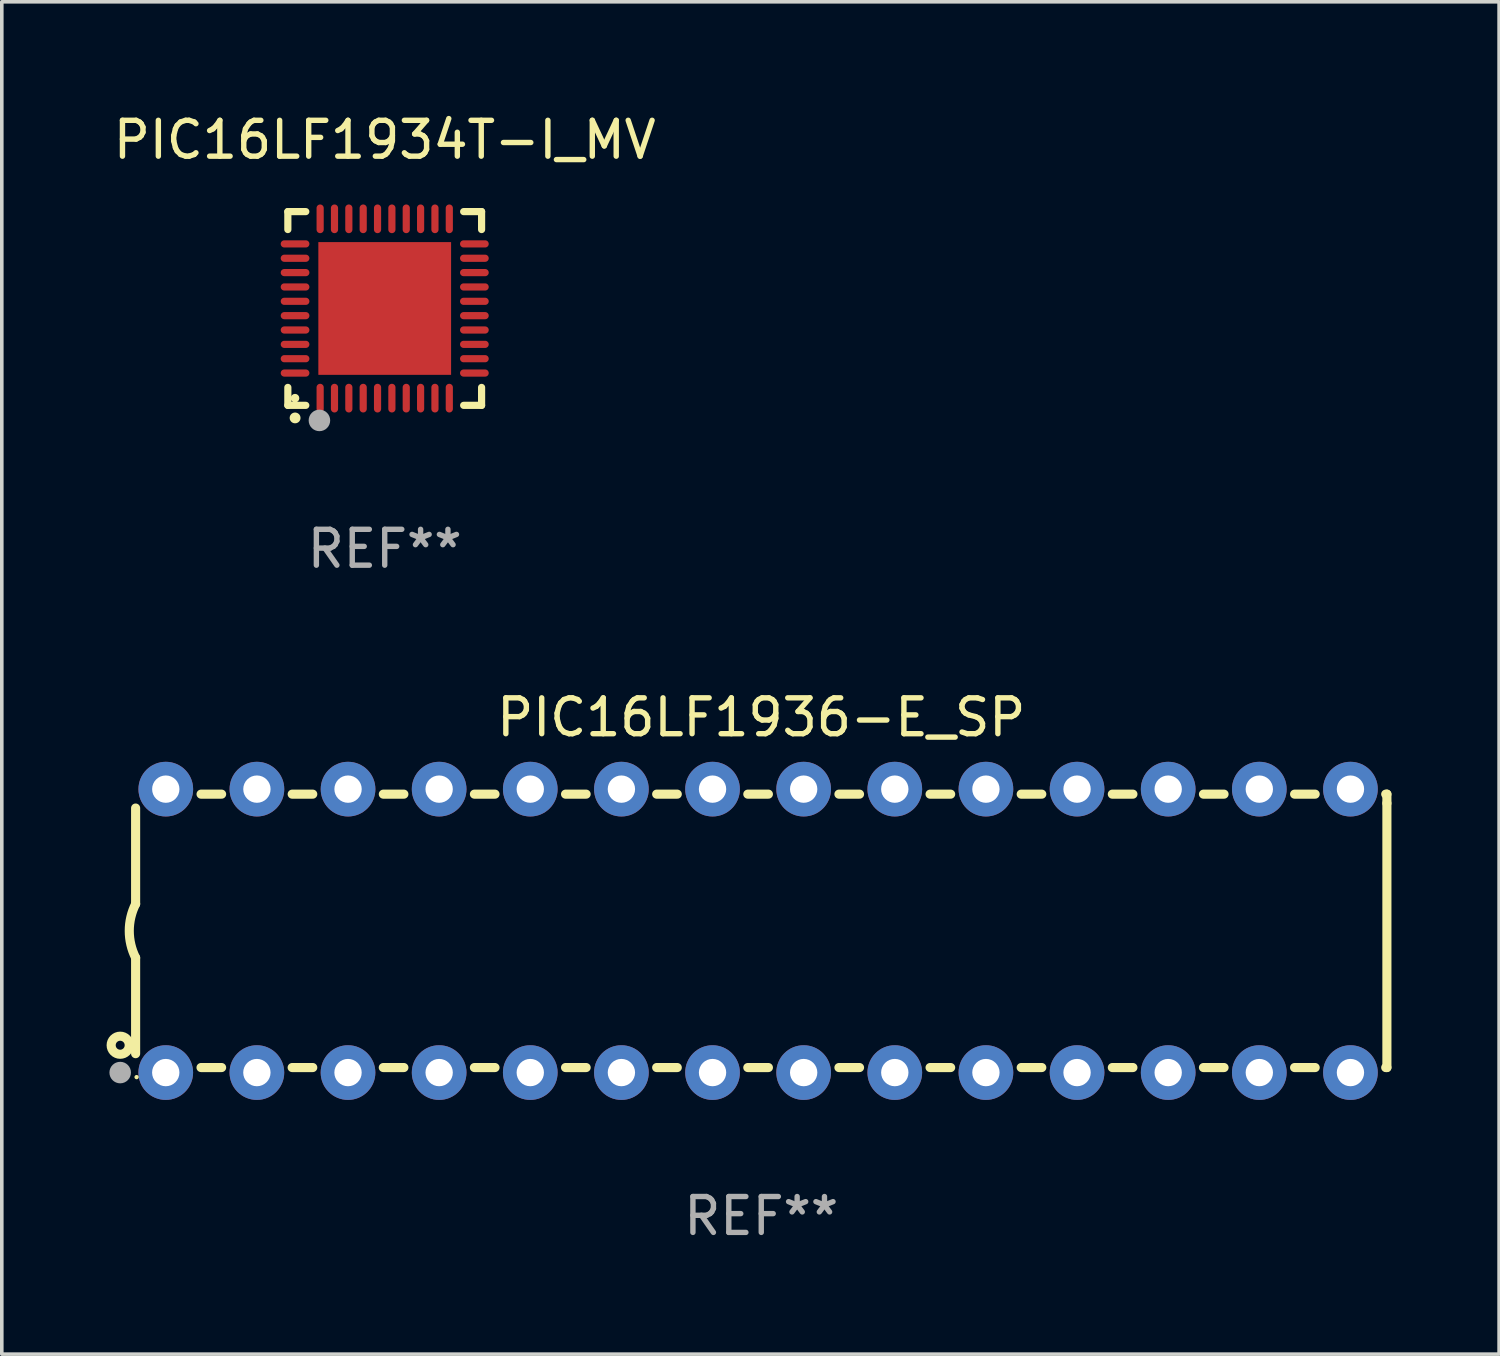
<source format=kicad_pcb>
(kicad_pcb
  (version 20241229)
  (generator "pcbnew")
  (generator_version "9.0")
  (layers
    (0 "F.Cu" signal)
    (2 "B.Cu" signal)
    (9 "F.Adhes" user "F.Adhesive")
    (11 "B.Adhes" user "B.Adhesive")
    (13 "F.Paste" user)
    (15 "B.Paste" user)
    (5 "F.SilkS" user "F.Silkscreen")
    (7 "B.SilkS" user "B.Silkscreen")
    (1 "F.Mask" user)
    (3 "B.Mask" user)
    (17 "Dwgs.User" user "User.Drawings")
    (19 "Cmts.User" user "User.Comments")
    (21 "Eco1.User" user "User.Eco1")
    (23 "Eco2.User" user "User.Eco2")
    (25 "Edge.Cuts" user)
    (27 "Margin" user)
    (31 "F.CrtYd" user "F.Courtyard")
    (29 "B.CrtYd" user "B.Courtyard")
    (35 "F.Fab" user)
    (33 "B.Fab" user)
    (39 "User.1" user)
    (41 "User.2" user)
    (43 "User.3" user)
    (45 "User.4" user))
  (footprint "PIC16LF1936-E_SP"
    (layer "F.Cu")
    (at 18.168 22.895)
    (property "Reference" "PIC16LF1936-E_SP" (at 0 -5.95 0) (layer "F.SilkS") (effects (font (size 1 1) (thickness 0.15))))
    (attr through_hole)
    (fp_line (start -17.438 0.75) (end -17.438 3.423) (stroke (width 0.254) (type solid)) (layer "F.SilkS"))
    (fp_line (start -17.438 -3.423) (end -17.438 -0.75) (stroke (width 0.254) (type solid)) (layer "F.SilkS"))
    (fp_line (start -15.615 3.81) (end -15.041 3.81) (stroke (width 0.254) (type solid)) (layer "F.SilkS"))
    (fp_line (start -15.041 -3.81) (end -15.614 -3.81) (stroke (width 0.254) (type solid)) (layer "F.SilkS"))
    (fp_line (start -13.075 3.81) (end -12.501 3.81) (stroke (width 0.254) (type solid)) (layer "F.SilkS"))
    (fp_line (start -12.501 -3.81) (end -13.074 -3.81) (stroke (width 0.254) (type solid)) (layer "F.SilkS"))
    (fp_line (start -10.535 3.81) (end -9.961 3.81) (stroke (width 0.254) (type solid)) (layer "F.SilkS"))
    (fp_line (start -9.961 -3.81) (end -10.534 -3.81) (stroke (width 0.254) (type solid)) (layer "F.SilkS"))
    (fp_line (start -7.995 3.81) (end -7.421 3.81) (stroke (width 0.254) (type solid)) (layer "F.SilkS"))
    (fp_line (start -7.421 -3.81) (end -7.995 -3.81) (stroke (width 0.254) (type solid)) (layer "F.SilkS"))
    (fp_line (start -5.455 3.81) (end -4.881 3.81) (stroke (width 0.254) (type solid)) (layer "F.SilkS"))
    (fp_line (start -4.881 -3.81) (end -5.455 -3.81) (stroke (width 0.254) (type solid)) (layer "F.SilkS"))
    (fp_line (start -2.915 3.81) (end -2.341 3.81) (stroke (width 0.254) (type solid)) (layer "F.SilkS"))
    (fp_line (start -2.341 -3.81) (end -2.915 -3.81) (stroke (width 0.254) (type solid)) (layer "F.SilkS"))
    (fp_line (start -0.375 3.81) (end 0.199 3.81) (stroke (width 0.254) (type solid)) (layer "F.SilkS"))
    (fp_line (start 0.199 -3.81) (end -0.375 -3.81) (stroke (width 0.254) (type solid)) (layer "F.SilkS"))
    (fp_line (start 2.165 3.81) (end 2.739 3.81) (stroke (width 0.254) (type solid)) (layer "F.SilkS"))
    (fp_line (start 2.739 -3.81) (end 2.165 -3.81) (stroke (width 0.254) (type solid)) (layer "F.SilkS"))
    (fp_line (start 4.705 3.81) (end 5.279 3.81) (stroke (width 0.254) (type solid)) (layer "F.SilkS"))
    (fp_line (start 5.279 -3.81) (end 4.705 -3.81) (stroke (width 0.254) (type solid)) (layer "F.SilkS"))
    (fp_line (start 7.245 3.81) (end 7.819 3.81) (stroke (width 0.254) (type solid)) (layer "F.SilkS"))
    (fp_line (start 7.819 -3.81) (end 7.245 -3.81) (stroke (width 0.254) (type solid)) (layer "F.SilkS"))
    (fp_line (start 9.785 3.81) (end 10.359 3.81) (stroke (width 0.254) (type solid)) (layer "F.SilkS"))
    (fp_line (start 10.359 -3.81) (end 9.785 -3.81) (stroke (width 0.254) (type solid)) (layer "F.SilkS"))
    (fp_line (start 12.325 3.81) (end 12.899 3.81) (stroke (width 0.254) (type solid)) (layer "F.SilkS"))
    (fp_line (start 12.899 -3.81) (end 12.325 -3.81) (stroke (width 0.254) (type solid)) (layer "F.SilkS"))
    (fp_line (start 14.865 3.81) (end 15.439 3.81) (stroke (width 0.254) (type solid)) (layer "F.SilkS"))
    (fp_line (start 15.439 -3.81) (end 14.865 -3.81) (stroke (width 0.254) (type solid)) (layer "F.SilkS"))
    (fp_line (start 17.405 3.81) (end 17.438 3.81) (stroke (width 0.254) (type solid)) (layer "F.SilkS"))
    (fp_line (start 17.438 -3.81) (end 17.405 -3.81) (stroke (width 0.254) (type solid)) (layer "F.SilkS"))
    (fp_line (start 17.438 -3.556) (end 17.438 -3.81) (stroke (width 0.254) (type solid)) (layer "F.SilkS"))
    (fp_line (start 17.438 3.81) (end 17.438 -3.556) (stroke (width 0.254) (type solid)) (layer "F.SilkS"))
    (fp_arc (start -17.437986 0.749657) (mid -17.614887 -0.000024) (end -17.437783 -0.749657) (stroke (width 0.254001) (type solid)) (layer "F.SilkS"))
    (fp_circle (center -17.868 3.188) (end -17.743 3.188) (stroke (width 0.254) (type solid)) (fill no) (layer "F.SilkS"))
    (fp_circle (center -17.411 4.077) (end -17.381 4.077) (stroke (width 0.06) (type solid)) (fill no) (layer "F.SilkS"))
    (fp_circle (center -17.868 3.95) (end -17.718 3.95) (stroke (width 0.3) (type solid)) (fill no) (layer "F.Fab"))
    (fp_text user "REF**" (at 0 7.95 0) (layer "F.Fab") (effects (font (size 1 1) (thickness 0.15))))
    (pad "1" thru_hole circle (at -16.598 3.95) (size 1.524 1.524) (drill 0.762) (layers "*.Cu" "*.Mask"))
    (pad "2" thru_hole circle (at -14.058 3.95) (size 1.524 1.524) (drill 0.762) (layers "*.Cu" "*.Mask"))
    (pad "3" thru_hole circle (at -11.518 3.95) (size 1.524 1.524) (drill 0.762) (layers "*.Cu" "*.Mask"))
    (pad "4" thru_hole circle (at -8.978 3.95) (size 1.524 1.524) (drill 0.762) (layers "*.Cu" "*.Mask"))
    (pad "5" thru_hole circle (at -6.438 3.95) (size 1.524 1.524) (drill 0.762) (layers "*.Cu" "*.Mask"))
    (pad "6" thru_hole circle (at -3.898 3.95) (size 1.524 1.524) (drill 0.762) (layers "*.Cu" "*.Mask"))
    (pad "7" thru_hole circle (at -1.358 3.95) (size 1.524 1.524) (drill 0.762) (layers "*.Cu" "*.Mask"))
    (pad "8" thru_hole circle (at 1.182 3.95) (size 1.524 1.524) (drill 0.762) (layers "*.Cu" "*.Mask"))
    (pad "9" thru_hole circle (at 3.722 3.95) (size 1.524 1.524) (drill 0.762) (layers "*.Cu" "*.Mask"))
    (pad "10" thru_hole circle (at 6.262 3.95) (size 1.524 1.524) (drill 0.762) (layers "*.Cu" "*.Mask"))
    (pad "11" thru_hole circle (at 8.802 3.95) (size 1.524 1.524) (drill 0.762) (layers "*.Cu" "*.Mask"))
    (pad "12" thru_hole circle (at 11.342 3.95) (size 1.524 1.524) (drill 0.762) (layers "*.Cu" "*.Mask"))
    (pad "13" thru_hole circle (at 13.882 3.95) (size 1.524 1.524) (drill 0.762) (layers "*.Cu" "*.Mask"))
    (pad "14" thru_hole circle (at 16.422 3.95) (size 1.524 1.524) (drill 0.762) (layers "*.Cu" "*.Mask"))
    (pad "15" thru_hole circle (at 16.422 -3.95) (size 1.524 1.524) (drill 0.762) (layers "*.Cu" "*.Mask"))
    (pad "16" thru_hole circle (at 13.882 -3.95) (size 1.524 1.524) (drill 0.762) (layers "*.Cu" "*.Mask"))
    (pad "17" thru_hole circle (at 11.342 -3.95) (size 1.524 1.524) (drill 0.762) (layers "*.Cu" "*.Mask"))
    (pad "18" thru_hole circle (at 8.802 -3.95) (size 1.524 1.524) (drill 0.762) (layers "*.Cu" "*.Mask"))
    (pad "19" thru_hole circle (at 6.262 -3.95) (size 1.524 1.524) (drill 0.762) (layers "*.Cu" "*.Mask"))
    (pad "20" thru_hole circle (at 3.722 -3.95) (size 1.524 1.524) (drill 0.762) (layers "*.Cu" "*.Mask"))
    (pad "21" thru_hole circle (at 1.182 -3.95) (size 1.524 1.524) (drill 0.762) (layers "*.Cu" "*.Mask"))
    (pad "22" thru_hole circle (at -1.358 -3.95) (size 1.524 1.524) (drill 0.762) (layers "*.Cu" "*.Mask"))
    (pad "23" thru_hole circle (at -3.898 -3.95) (size 1.524 1.524) (drill 0.762) (layers "*.Cu" "*.Mask"))
    (pad "24" thru_hole circle (at -6.438 -3.95) (size 1.524 1.524) (drill 0.762) (layers "*.Cu" "*.Mask"))
    (pad "25" thru_hole circle (at -8.978 -3.95) (size 1.524 1.524) (drill 0.762) (layers "*.Cu" "*.Mask"))
    (pad "26" thru_hole circle (at -11.517 -3.95) (size 1.524 1.524) (drill 0.762) (layers "*.Cu" "*.Mask"))
    (pad "27" thru_hole circle (at -14.057 -3.95) (size 1.524 1.524) (drill 0.762) (layers "*.Cu" "*.Mask"))
    (pad "28" thru_hole circle (at -16.597 -3.95) (size 1.524 1.524) (drill 0.762) (layers "*.Cu" "*.Mask")))
  (footprint "PIC16LF1934T-I_MV"
    (layer "F.Cu")
    (at 7.673 5.548)
    (property "Reference" "PIC16LF1934T-I_MV" (at 0 -4.7 0) (layer "F.SilkS") (effects (font (size 1 1) (thickness 0.15))))
    (attr through_hole)
    (fp_line (start -2.7 -2.7) (end -2.7 -2.2) (stroke (width 0.2) (type solid)) (layer "F.SilkS"))
    (fp_line (start -2.7 2.7) (end -2.7 2.2) (stroke (width 0.2) (type solid)) (layer "F.SilkS"))
    (fp_line (start -2.2 -2.7) (end -2.7 -2.7) (stroke (width 0.2) (type solid)) (layer "F.SilkS"))
    (fp_line (start -2.2 2.7) (end -2.7 2.7) (stroke (width 0.2) (type solid)) (layer "F.SilkS"))
    (fp_line (start 2.7 -2.7) (end 2.2 -2.7) (stroke (width 0.2) (type solid)) (layer "F.SilkS"))
    (fp_line (start 2.7 -2.2) (end 2.7 -2.7) (stroke (width 0.2) (type solid)) (layer "F.SilkS"))
    (fp_line (start 2.7 2.2) (end 2.7 2.7) (stroke (width 0.2) (type solid)) (layer "F.SilkS"))
    (fp_line (start 2.7 2.7) (end 2.2 2.7) (stroke (width 0.2) (type solid)) (layer "F.SilkS"))
    (fp_arc (start -2.499365 3.050546) (mid -2.498095 3.050541) (end -2.496825 3.050546) (stroke (width 0.3) (type solid)) (layer "F.SilkS"))
    (fp_circle (center -2.5 2.5) (end -2.44 2.5) (stroke (width 0.12) (type solid)) (fill no) (layer "F.SilkS"))
    (fp_circle (center -1.82 3.12) (end -1.67 3.12) (stroke (width 0.3) (type solid)) (fill no) (layer "F.Fab"))
    (fp_text user "REF**" (at 0 6.7 0) (layer "F.Fab") (effects (font (size 1 1) (thickness 0.15))))
    (pad "1" smd oval (at -1.8 2.499) (size 0.2 0.8) (layers "F.Cu" "F.Mask" "F.Paste"))
    (pad "2" smd oval (at -1.4 2.499) (size 0.2 0.8) (layers "F.Cu" "F.Mask" "F.Paste"))
    (pad "3" smd oval (at -1 2.499) (size 0.2 0.8) (layers "F.Cu" "F.Mask" "F.Paste"))
    (pad "4" smd oval (at -0.6 2.499) (size 0.2 0.8) (layers "F.Cu" "F.Mask" "F.Paste"))
    (pad "5" smd oval (at -0.2 2.499) (size 0.2 0.8) (layers "F.Cu" "F.Mask" "F.Paste"))
    (pad "6" smd oval (at 0.2 2.499) (size 0.2 0.8) (layers "F.Cu" "F.Mask" "F.Paste"))
    (pad "7" smd oval (at 0.6 2.499) (size 0.2 0.8) (layers "F.Cu" "F.Mask" "F.Paste"))
    (pad "8" smd oval (at 1 2.499) (size 0.2 0.8) (layers "F.Cu" "F.Mask" "F.Paste"))
    (pad "9" smd oval (at 1.4 2.499) (size 0.2 0.8) (layers "F.Cu" "F.Mask" "F.Paste"))
    (pad "10" smd oval (at 1.8 2.499) (size 0.2 0.8) (layers "F.Cu" "F.Mask" "F.Paste"))
    (pad "11" smd oval (at 2.499 1.8) (size 0.8 0.2) (layers "F.Cu" "F.Mask" "F.Paste"))
    (pad "12" smd oval (at 2.499 1.4) (size 0.8 0.2) (layers "F.Cu" "F.Mask" "F.Paste"))
    (pad "13" smd oval (at 2.499 1) (size 0.8 0.2) (layers "F.Cu" "F.Mask" "F.Paste"))
    (pad "14" smd oval (at 2.499 0.6) (size 0.8 0.2) (layers "F.Cu" "F.Mask" "F.Paste"))
    (pad "15" smd oval (at 2.499 0.2) (size 0.8 0.2) (layers "F.Cu" "F.Mask" "F.Paste"))
    (pad "16" smd oval (at 2.499 -0.2) (size 0.8 0.2) (layers "F.Cu" "F.Mask" "F.Paste"))
    (pad "17" smd oval (at 2.499 -0.6) (size 0.8 0.2) (layers "F.Cu" "F.Mask" "F.Paste"))
    (pad "18" smd oval (at 2.499 -1) (size 0.8 0.2) (layers "F.Cu" "F.Mask" "F.Paste"))
    (pad "19" smd oval (at 2.499 -1.4) (size 0.8 0.2) (layers "F.Cu" "F.Mask" "F.Paste"))
    (pad "20" smd oval (at 2.499 -1.8) (size 0.8 0.2) (layers "F.Cu" "F.Mask" "F.Paste"))
    (pad "21" smd oval (at 1.8 -2.499) (size 0.2 0.8) (layers "F.Cu" "F.Mask" "F.Paste"))
    (pad "22" smd oval (at 1.4 -2.499) (size 0.2 0.8) (layers "F.Cu" "F.Mask" "F.Paste"))
    (pad "23" smd oval (at 1 -2.499) (size 0.2 0.8) (layers "F.Cu" "F.Mask" "F.Paste"))
    (pad "24" smd oval (at 0.6 -2.499) (size 0.2 0.8) (layers "F.Cu" "F.Mask" "F.Paste"))
    (pad "25" smd oval (at 0.2 -2.499) (size 0.2 0.8) (layers "F.Cu" "F.Mask" "F.Paste"))
    (pad "26" smd oval (at -0.2 -2.499) (size 0.2 0.8) (layers "F.Cu" "F.Mask" "F.Paste"))
    (pad "27" smd oval (at -0.6 -2.499) (size 0.2 0.8) (layers "F.Cu" "F.Mask" "F.Paste"))
    (pad "28" smd oval (at -1 -2.499) (size 0.2 0.8) (layers "F.Cu" "F.Mask" "F.Paste"))
    (pad "29" smd oval (at -1.4 -2.499) (size 0.2 0.8) (layers "F.Cu" "F.Mask" "F.Paste"))
    (pad "30" smd oval (at -1.8 -2.499) (size 0.2 0.8) (layers "F.Cu" "F.Mask" "F.Paste"))
    (pad "31" smd oval (at -2.499 -1.8) (size 0.8 0.2) (layers "F.Cu" "F.Mask" "F.Paste"))
    (pad "32" smd oval (at -2.499 -1.4) (size 0.8 0.2) (layers "F.Cu" "F.Mask" "F.Paste"))
    (pad "33" smd oval (at -2.499 -1) (size 0.8 0.2) (layers "F.Cu" "F.Mask" "F.Paste"))
    (pad "34" smd oval (at -2.499 -0.6) (size 0.8 0.2) (layers "F.Cu" "F.Mask" "F.Paste"))
    (pad "35" smd oval (at -2.499 -0.2) (size 0.8 0.2) (layers "F.Cu" "F.Mask" "F.Paste"))
    (pad "36" smd oval (at -2.499 0.2) (size 0.8 0.2) (layers "F.Cu" "F.Mask" "F.Paste"))
    (pad "37" smd oval (at -2.499 0.6) (size 0.8 0.2) (layers "F.Cu" "F.Mask" "F.Paste"))
    (pad "38" smd oval (at -2.499 1) (size 0.8 0.2) (layers "F.Cu" "F.Mask" "F.Paste"))
    (pad "39" smd oval (at -2.499 1.4) (size 0.8 0.2) (layers "F.Cu" "F.Mask" "F.Paste"))
    (pad "40" smd oval (at -2.499 1.8) (size 0.8 0.2) (layers "F.Cu" "F.Mask" "F.Paste"))
    (pad "41" smd rect (at 0 0) (size 3.7 3.7) (layers "F.Cu" "F.Mask" "F.Paste")))
  (gr_rect
    (start -3 -3)
    (end 38.733 34.693)
    (stroke (width 0.1) (type default))
    (fill no)
    (layer "Edge.Cuts")))
</source>
